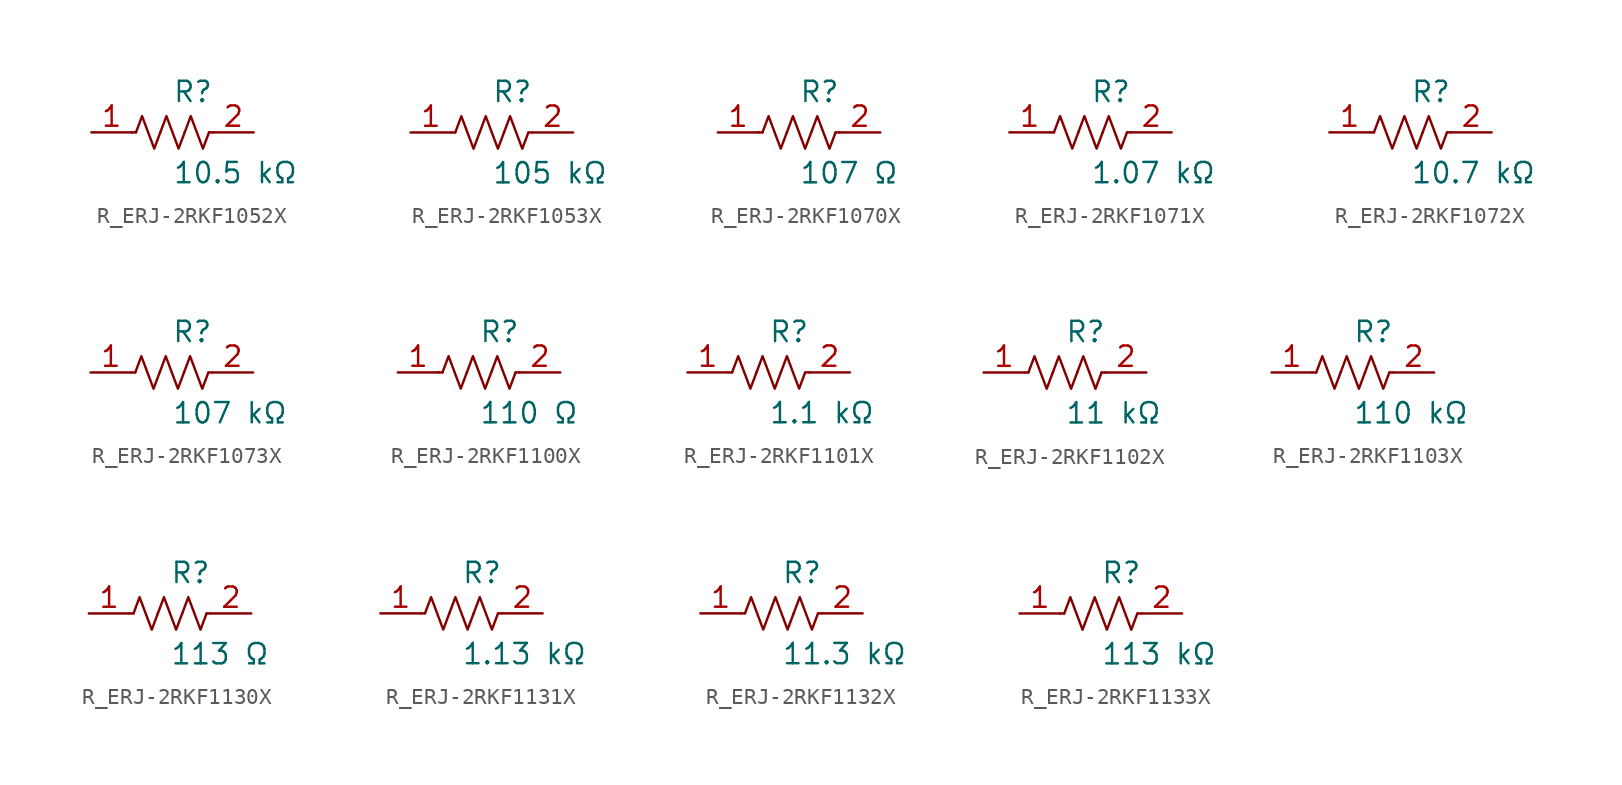
<source format=kicad_sym>
(kicad_symbol_lib
  (version 20231120)
  (generator kicad_symbol_editor)
  (generator_version 8.0)
  (symbol "R_ERJ-2RKF1052X"
    (pin_names
      (offset 0.254))
    (property "Reference" "R"
      (at 0 2.54 0)
      (effects (font (size 1.27 1.27)) (justify left)))
    (property "Value" "10.5 kΩ"
      (at 0 -2.54 0)
      (effects (font (size 1.27 1.27)) (justify left)))
    (symbol "R_ERJ-2RKF1052X_0_1"
      (polyline (pts (xy 2.286 0) (xy 2.54 0)) (stroke (width 0) (type default)) (fill (type none)))
      (polyline (pts (xy -2.286 0) (xy -2.54 0)) (stroke (width 0) (type default)) (fill (type none)))
      (polyline (pts (xy 0.762 0) (xy 1.143 1.016) (xy 1.524 0) (xy 1.905 -1.016) (xy 2.286 0)) (stroke (width 0) (type default)) (fill (type none)))
      (polyline (pts (xy -0.762 0) (xy -0.381 1.016) (xy 0 0) (xy 0.381 -1.016) (xy 0.762 0)) (stroke (width 0) (type default)) (fill (type none)))
      (polyline (pts (xy -2.286 0) (xy -1.905 1.016) (xy -1.524 0) (xy -1.143 -1.016) (xy -0.762 0)) (stroke (width 0) (type default)) (fill (type none))))
    (pin passive line
      (at -5.08 0 0)
      (length 2.54)
      (name "" (effects (font (size 1.27 1.27))))
      (number "1" (effects (font (size 1.27 1.27)))))
    (pin passive line
      (at 5.08 0 180)
      (length 2.54)
      (name "" (effects (font (size 1.27 1.27))))
      (number "2" (effects (font (size 1.27 1.27))))))
  (symbol "R_ERJ-2RKF1053X"
    (pin_names
      (offset 0.254))
    (property "Reference" "R"
      (at 0 2.54 0)
      (effects (font (size 1.27 1.27)) (justify left)))
    (property "Value" "105 kΩ"
      (at 0 -2.54 0)
      (effects (font (size 1.27 1.27)) (justify left)))
    (symbol "R_ERJ-2RKF1053X_0_1"
      (polyline (pts (xy 2.286 0) (xy 2.54 0)) (stroke (width 0) (type default)) (fill (type none)))
      (polyline (pts (xy -2.286 0) (xy -2.54 0)) (stroke (width 0) (type default)) (fill (type none)))
      (polyline (pts (xy 0.762 0) (xy 1.143 1.016) (xy 1.524 0) (xy 1.905 -1.016) (xy 2.286 0)) (stroke (width 0) (type default)) (fill (type none)))
      (polyline (pts (xy -0.762 0) (xy -0.381 1.016) (xy 0 0) (xy 0.381 -1.016) (xy 0.762 0)) (stroke (width 0) (type default)) (fill (type none)))
      (polyline (pts (xy -2.286 0) (xy -1.905 1.016) (xy -1.524 0) (xy -1.143 -1.016) (xy -0.762 0)) (stroke (width 0) (type default)) (fill (type none))))
    (pin passive line
      (at -5.08 0 0)
      (length 2.54)
      (name "" (effects (font (size 1.27 1.27))))
      (number "1" (effects (font (size 1.27 1.27)))))
    (pin passive line
      (at 5.08 0 180)
      (length 2.54)
      (name "" (effects (font (size 1.27 1.27))))
      (number "2" (effects (font (size 1.27 1.27))))))
  (symbol "R_ERJ-2RKF1070X"
    (pin_names
      (offset 0.254))
    (property "Reference" "R"
      (at 0 2.54 0)
      (effects (font (size 1.27 1.27)) (justify left)))
    (property "Value" "107 Ω"
      (at 0 -2.54 0)
      (effects (font (size 1.27 1.27)) (justify left)))
    (symbol "R_ERJ-2RKF1070X_0_1"
      (polyline (pts (xy 2.286 0) (xy 2.54 0)) (stroke (width 0) (type default)) (fill (type none)))
      (polyline (pts (xy -2.286 0) (xy -2.54 0)) (stroke (width 0) (type default)) (fill (type none)))
      (polyline (pts (xy 0.762 0) (xy 1.143 1.016) (xy 1.524 0) (xy 1.905 -1.016) (xy 2.286 0)) (stroke (width 0) (type default)) (fill (type none)))
      (polyline (pts (xy -0.762 0) (xy -0.381 1.016) (xy 0 0) (xy 0.381 -1.016) (xy 0.762 0)) (stroke (width 0) (type default)) (fill (type none)))
      (polyline (pts (xy -2.286 0) (xy -1.905 1.016) (xy -1.524 0) (xy -1.143 -1.016) (xy -0.762 0)) (stroke (width 0) (type default)) (fill (type none))))
    (pin passive line
      (at -5.08 0 0)
      (length 2.54)
      (name "" (effects (font (size 1.27 1.27))))
      (number "1" (effects (font (size 1.27 1.27)))))
    (pin passive line
      (at 5.08 0 180)
      (length 2.54)
      (name "" (effects (font (size 1.27 1.27))))
      (number "2" (effects (font (size 1.27 1.27))))))
  (symbol "R_ERJ-2RKF1071X"
    (pin_names
      (offset 0.254))
    (property "Reference" "R"
      (at 0 2.54 0)
      (effects (font (size 1.27 1.27)) (justify left)))
    (property "Value" "1.07 kΩ"
      (at 0 -2.54 0)
      (effects (font (size 1.27 1.27)) (justify left)))
    (symbol "R_ERJ-2RKF1071X_0_1"
      (polyline (pts (xy 2.286 0) (xy 2.54 0)) (stroke (width 0) (type default)) (fill (type none)))
      (polyline (pts (xy -2.286 0) (xy -2.54 0)) (stroke (width 0) (type default)) (fill (type none)))
      (polyline (pts (xy 0.762 0) (xy 1.143 1.016) (xy 1.524 0) (xy 1.905 -1.016) (xy 2.286 0)) (stroke (width 0) (type default)) (fill (type none)))
      (polyline (pts (xy -0.762 0) (xy -0.381 1.016) (xy 0 0) (xy 0.381 -1.016) (xy 0.762 0)) (stroke (width 0) (type default)) (fill (type none)))
      (polyline (pts (xy -2.286 0) (xy -1.905 1.016) (xy -1.524 0) (xy -1.143 -1.016) (xy -0.762 0)) (stroke (width 0) (type default)) (fill (type none))))
    (pin passive line
      (at -5.08 0 0)
      (length 2.54)
      (name "" (effects (font (size 1.27 1.27))))
      (number "1" (effects (font (size 1.27 1.27)))))
    (pin passive line
      (at 5.08 0 180)
      (length 2.54)
      (name "" (effects (font (size 1.27 1.27))))
      (number "2" (effects (font (size 1.27 1.27))))))
  (symbol "R_ERJ-2RKF1072X"
    (pin_names
      (offset 0.254))
    (property "Reference" "R"
      (at 0 2.54 0)
      (effects (font (size 1.27 1.27)) (justify left)))
    (property "Value" "10.7 kΩ"
      (at 0 -2.54 0)
      (effects (font (size 1.27 1.27)) (justify left)))
    (symbol "R_ERJ-2RKF1072X_0_1"
      (polyline (pts (xy 2.286 0) (xy 2.54 0)) (stroke (width 0) (type default)) (fill (type none)))
      (polyline (pts (xy -2.286 0) (xy -2.54 0)) (stroke (width 0) (type default)) (fill (type none)))
      (polyline (pts (xy 0.762 0) (xy 1.143 1.016) (xy 1.524 0) (xy 1.905 -1.016) (xy 2.286 0)) (stroke (width 0) (type default)) (fill (type none)))
      (polyline (pts (xy -0.762 0) (xy -0.381 1.016) (xy 0 0) (xy 0.381 -1.016) (xy 0.762 0)) (stroke (width 0) (type default)) (fill (type none)))
      (polyline (pts (xy -2.286 0) (xy -1.905 1.016) (xy -1.524 0) (xy -1.143 -1.016) (xy -0.762 0)) (stroke (width 0) (type default)) (fill (type none))))
    (pin passive line
      (at -5.08 0 0)
      (length 2.54)
      (name "" (effects (font (size 1.27 1.27))))
      (number "1" (effects (font (size 1.27 1.27)))))
    (pin passive line
      (at 5.08 0 180)
      (length 2.54)
      (name "" (effects (font (size 1.27 1.27))))
      (number "2" (effects (font (size 1.27 1.27))))))
  (symbol "R_ERJ-2RKF1073X"
    (pin_names
      (offset 0.254))
    (property "Reference" "R"
      (at 0 2.54 0)
      (effects (font (size 1.27 1.27)) (justify left)))
    (property "Value" "107 kΩ"
      (at 0 -2.54 0)
      (effects (font (size 1.27 1.27)) (justify left)))
    (symbol "R_ERJ-2RKF1073X_0_1"
      (polyline (pts (xy 2.286 0) (xy 2.54 0)) (stroke (width 0) (type default)) (fill (type none)))
      (polyline (pts (xy -2.286 0) (xy -2.54 0)) (stroke (width 0) (type default)) (fill (type none)))
      (polyline (pts (xy 0.762 0) (xy 1.143 1.016) (xy 1.524 0) (xy 1.905 -1.016) (xy 2.286 0)) (stroke (width 0) (type default)) (fill (type none)))
      (polyline (pts (xy -0.762 0) (xy -0.381 1.016) (xy 0 0) (xy 0.381 -1.016) (xy 0.762 0)) (stroke (width 0) (type default)) (fill (type none)))
      (polyline (pts (xy -2.286 0) (xy -1.905 1.016) (xy -1.524 0) (xy -1.143 -1.016) (xy -0.762 0)) (stroke (width 0) (type default)) (fill (type none))))
    (pin passive line
      (at -5.08 0 0)
      (length 2.54)
      (name "" (effects (font (size 1.27 1.27))))
      (number "1" (effects (font (size 1.27 1.27)))))
    (pin passive line
      (at 5.08 0 180)
      (length 2.54)
      (name "" (effects (font (size 1.27 1.27))))
      (number "2" (effects (font (size 1.27 1.27))))))
  (symbol "R_ERJ-2RKF1100X"
    (pin_names
      (offset 0.254))
    (property "Reference" "R"
      (at 0 2.54 0)
      (effects (font (size 1.27 1.27)) (justify left)))
    (property "Value" "110 Ω"
      (at 0 -2.54 0)
      (effects (font (size 1.27 1.27)) (justify left)))
    (symbol "R_ERJ-2RKF1100X_0_1"
      (polyline (pts (xy 2.286 0) (xy 2.54 0)) (stroke (width 0) (type default)) (fill (type none)))
      (polyline (pts (xy -2.286 0) (xy -2.54 0)) (stroke (width 0) (type default)) (fill (type none)))
      (polyline (pts (xy 0.762 0) (xy 1.143 1.016) (xy 1.524 0) (xy 1.905 -1.016) (xy 2.286 0)) (stroke (width 0) (type default)) (fill (type none)))
      (polyline (pts (xy -0.762 0) (xy -0.381 1.016) (xy 0 0) (xy 0.381 -1.016) (xy 0.762 0)) (stroke (width 0) (type default)) (fill (type none)))
      (polyline (pts (xy -2.286 0) (xy -1.905 1.016) (xy -1.524 0) (xy -1.143 -1.016) (xy -0.762 0)) (stroke (width 0) (type default)) (fill (type none))))
    (pin passive line
      (at -5.08 0 0)
      (length 2.54)
      (name "" (effects (font (size 1.27 1.27))))
      (number "1" (effects (font (size 1.27 1.27)))))
    (pin passive line
      (at 5.08 0 180)
      (length 2.54)
      (name "" (effects (font (size 1.27 1.27))))
      (number "2" (effects (font (size 1.27 1.27))))))
  (symbol "R_ERJ-2RKF1101X"
    (pin_names
      (offset 0.254))
    (property "Reference" "R"
      (at 0 2.54 0)
      (effects (font (size 1.27 1.27)) (justify left)))
    (property "Value" "1.1 kΩ"
      (at 0 -2.54 0)
      (effects (font (size 1.27 1.27)) (justify left)))
    (symbol "R_ERJ-2RKF1101X_0_1"
      (polyline (pts (xy 2.286 0) (xy 2.54 0)) (stroke (width 0) (type default)) (fill (type none)))
      (polyline (pts (xy -2.286 0) (xy -2.54 0)) (stroke (width 0) (type default)) (fill (type none)))
      (polyline (pts (xy 0.762 0) (xy 1.143 1.016) (xy 1.524 0) (xy 1.905 -1.016) (xy 2.286 0)) (stroke (width 0) (type default)) (fill (type none)))
      (polyline (pts (xy -0.762 0) (xy -0.381 1.016) (xy 0 0) (xy 0.381 -1.016) (xy 0.762 0)) (stroke (width 0) (type default)) (fill (type none)))
      (polyline (pts (xy -2.286 0) (xy -1.905 1.016) (xy -1.524 0) (xy -1.143 -1.016) (xy -0.762 0)) (stroke (width 0) (type default)) (fill (type none))))
    (pin passive line
      (at -5.08 0 0)
      (length 2.54)
      (name "" (effects (font (size 1.27 1.27))))
      (number "1" (effects (font (size 1.27 1.27)))))
    (pin passive line
      (at 5.08 0 180)
      (length 2.54)
      (name "" (effects (font (size 1.27 1.27))))
      (number "2" (effects (font (size 1.27 1.27))))))
  (symbol "R_ERJ-2RKF1102X"
    (pin_names
      (offset 0.254))
    (property "Reference" "R"
      (at 0 2.54 0)
      (effects (font (size 1.27 1.27)) (justify left)))
    (property "Value" "11 kΩ"
      (at 0 -2.54 0)
      (effects (font (size 1.27 1.27)) (justify left)))
    (symbol "R_ERJ-2RKF1102X_0_1"
      (polyline (pts (xy 2.286 0) (xy 2.54 0)) (stroke (width 0) (type default)) (fill (type none)))
      (polyline (pts (xy -2.286 0) (xy -2.54 0)) (stroke (width 0) (type default)) (fill (type none)))
      (polyline (pts (xy 0.762 0) (xy 1.143 1.016) (xy 1.524 0) (xy 1.905 -1.016) (xy 2.286 0)) (stroke (width 0) (type default)) (fill (type none)))
      (polyline (pts (xy -0.762 0) (xy -0.381 1.016) (xy 0 0) (xy 0.381 -1.016) (xy 0.762 0)) (stroke (width 0) (type default)) (fill (type none)))
      (polyline (pts (xy -2.286 0) (xy -1.905 1.016) (xy -1.524 0) (xy -1.143 -1.016) (xy -0.762 0)) (stroke (width 0) (type default)) (fill (type none))))
    (pin passive line
      (at -5.08 0 0)
      (length 2.54)
      (name "" (effects (font (size 1.27 1.27))))
      (number "1" (effects (font (size 1.27 1.27)))))
    (pin passive line
      (at 5.08 0 180)
      (length 2.54)
      (name "" (effects (font (size 1.27 1.27))))
      (number "2" (effects (font (size 1.27 1.27))))))
  (symbol "R_ERJ-2RKF1103X"
    (pin_names
      (offset 0.254))
    (property "Reference" "R"
      (at 0 2.54 0)
      (effects (font (size 1.27 1.27)) (justify left)))
    (property "Value" "110 kΩ"
      (at 0 -2.54 0)
      (effects (font (size 1.27 1.27)) (justify left)))
    (symbol "R_ERJ-2RKF1103X_0_1"
      (polyline (pts (xy 2.286 0) (xy 2.54 0)) (stroke (width 0) (type default)) (fill (type none)))
      (polyline (pts (xy -2.286 0) (xy -2.54 0)) (stroke (width 0) (type default)) (fill (type none)))
      (polyline (pts (xy 0.762 0) (xy 1.143 1.016) (xy 1.524 0) (xy 1.905 -1.016) (xy 2.286 0)) (stroke (width 0) (type default)) (fill (type none)))
      (polyline (pts (xy -0.762 0) (xy -0.381 1.016) (xy 0 0) (xy 0.381 -1.016) (xy 0.762 0)) (stroke (width 0) (type default)) (fill (type none)))
      (polyline (pts (xy -2.286 0) (xy -1.905 1.016) (xy -1.524 0) (xy -1.143 -1.016) (xy -0.762 0)) (stroke (width 0) (type default)) (fill (type none))))
    (pin passive line
      (at -5.08 0 0)
      (length 2.54)
      (name "" (effects (font (size 1.27 1.27))))
      (number "1" (effects (font (size 1.27 1.27)))))
    (pin passive line
      (at 5.08 0 180)
      (length 2.54)
      (name "" (effects (font (size 1.27 1.27))))
      (number "2" (effects (font (size 1.27 1.27))))))
  (symbol "R_ERJ-2RKF1130X"
    (pin_names
      (offset 0.254))
    (property "Reference" "R"
      (at 0 2.54 0)
      (effects (font (size 1.27 1.27)) (justify left)))
    (property "Value" "113 Ω"
      (at 0 -2.54 0)
      (effects (font (size 1.27 1.27)) (justify left)))
    (symbol "R_ERJ-2RKF1130X_0_1"
      (polyline (pts (xy 2.286 0) (xy 2.54 0)) (stroke (width 0) (type default)) (fill (type none)))
      (polyline (pts (xy -2.286 0) (xy -2.54 0)) (stroke (width 0) (type default)) (fill (type none)))
      (polyline (pts (xy 0.762 0) (xy 1.143 1.016) (xy 1.524 0) (xy 1.905 -1.016) (xy 2.286 0)) (stroke (width 0) (type default)) (fill (type none)))
      (polyline (pts (xy -0.762 0) (xy -0.381 1.016) (xy 0 0) (xy 0.381 -1.016) (xy 0.762 0)) (stroke (width 0) (type default)) (fill (type none)))
      (polyline (pts (xy -2.286 0) (xy -1.905 1.016) (xy -1.524 0) (xy -1.143 -1.016) (xy -0.762 0)) (stroke (width 0) (type default)) (fill (type none))))
    (pin passive line
      (at -5.08 0 0)
      (length 2.54)
      (name "" (effects (font (size 1.27 1.27))))
      (number "1" (effects (font (size 1.27 1.27)))))
    (pin passive line
      (at 5.08 0 180)
      (length 2.54)
      (name "" (effects (font (size 1.27 1.27))))
      (number "2" (effects (font (size 1.27 1.27))))))
  (symbol "R_ERJ-2RKF1131X"
    (pin_names
      (offset 0.254))
    (property "Reference" "R"
      (at 0 2.54 0)
      (effects (font (size 1.27 1.27)) (justify left)))
    (property "Value" "1.13 kΩ"
      (at 0 -2.54 0)
      (effects (font (size 1.27 1.27)) (justify left)))
    (symbol "R_ERJ-2RKF1131X_0_1"
      (polyline (pts (xy 2.286 0) (xy 2.54 0)) (stroke (width 0) (type default)) (fill (type none)))
      (polyline (pts (xy -2.286 0) (xy -2.54 0)) (stroke (width 0) (type default)) (fill (type none)))
      (polyline (pts (xy 0.762 0) (xy 1.143 1.016) (xy 1.524 0) (xy 1.905 -1.016) (xy 2.286 0)) (stroke (width 0) (type default)) (fill (type none)))
      (polyline (pts (xy -0.762 0) (xy -0.381 1.016) (xy 0 0) (xy 0.381 -1.016) (xy 0.762 0)) (stroke (width 0) (type default)) (fill (type none)))
      (polyline (pts (xy -2.286 0) (xy -1.905 1.016) (xy -1.524 0) (xy -1.143 -1.016) (xy -0.762 0)) (stroke (width 0) (type default)) (fill (type none))))
    (pin passive line
      (at -5.08 0 0)
      (length 2.54)
      (name "" (effects (font (size 1.27 1.27))))
      (number "1" (effects (font (size 1.27 1.27)))))
    (pin passive line
      (at 5.08 0 180)
      (length 2.54)
      (name "" (effects (font (size 1.27 1.27))))
      (number "2" (effects (font (size 1.27 1.27))))))
  (symbol "R_ERJ-2RKF1132X"
    (pin_names
      (offset 0.254))
    (property "Reference" "R"
      (at 0 2.54 0)
      (effects (font (size 1.27 1.27)) (justify left)))
    (property "Value" "11.3 kΩ"
      (at 0 -2.54 0)
      (effects (font (size 1.27 1.27)) (justify left)))
    (symbol "R_ERJ-2RKF1132X_0_1"
      (polyline (pts (xy 2.286 0) (xy 2.54 0)) (stroke (width 0) (type default)) (fill (type none)))
      (polyline (pts (xy -2.286 0) (xy -2.54 0)) (stroke (width 0) (type default)) (fill (type none)))
      (polyline (pts (xy 0.762 0) (xy 1.143 1.016) (xy 1.524 0) (xy 1.905 -1.016) (xy 2.286 0)) (stroke (width 0) (type default)) (fill (type none)))
      (polyline (pts (xy -0.762 0) (xy -0.381 1.016) (xy 0 0) (xy 0.381 -1.016) (xy 0.762 0)) (stroke (width 0) (type default)) (fill (type none)))
      (polyline (pts (xy -2.286 0) (xy -1.905 1.016) (xy -1.524 0) (xy -1.143 -1.016) (xy -0.762 0)) (stroke (width 0) (type default)) (fill (type none))))
    (pin passive line
      (at -5.08 0 0)
      (length 2.54)
      (name "" (effects (font (size 1.27 1.27))))
      (number "1" (effects (font (size 1.27 1.27)))))
    (pin passive line
      (at 5.08 0 180)
      (length 2.54)
      (name "" (effects (font (size 1.27 1.27))))
      (number "2" (effects (font (size 1.27 1.27))))))
  (symbol "R_ERJ-2RKF1133X"
    (pin_names
      (offset 0.254))
    (property "Reference" "R"
      (at 0 2.54 0)
      (effects (font (size 1.27 1.27)) (justify left)))
    (property "Value" "113 kΩ"
      (at 0 -2.54 0)
      (effects (font (size 1.27 1.27)) (justify left)))
    (symbol "R_ERJ-2RKF1133X_0_1"
      (polyline (pts (xy 2.286 0) (xy 2.54 0)) (stroke (width 0) (type default)) (fill (type none)))
      (polyline (pts (xy -2.286 0) (xy -2.54 0)) (stroke (width 0) (type default)) (fill (type none)))
      (polyline (pts (xy 0.762 0) (xy 1.143 1.016) (xy 1.524 0) (xy 1.905 -1.016) (xy 2.286 0)) (stroke (width 0) (type default)) (fill (type none)))
      (polyline (pts (xy -0.762 0) (xy -0.381 1.016) (xy 0 0) (xy 0.381 -1.016) (xy 0.762 0)) (stroke (width 0) (type default)) (fill (type none)))
      (polyline (pts (xy -2.286 0) (xy -1.905 1.016) (xy -1.524 0) (xy -1.143 -1.016) (xy -0.762 0)) (stroke (width 0) (type default)) (fill (type none))))
    (pin passive line
      (at -5.08 0 0)
      (length 2.54)
      (name "" (effects (font (size 1.27 1.27))))
      (number "1" (effects (font (size 1.27 1.27)))))
    (pin passive line
      (at 5.08 0 180)
      (length 2.54)
      (name "" (effects (font (size 1.27 1.27))))
      (number "2" (effects (font (size 1.27 1.27)))))))
</source>
